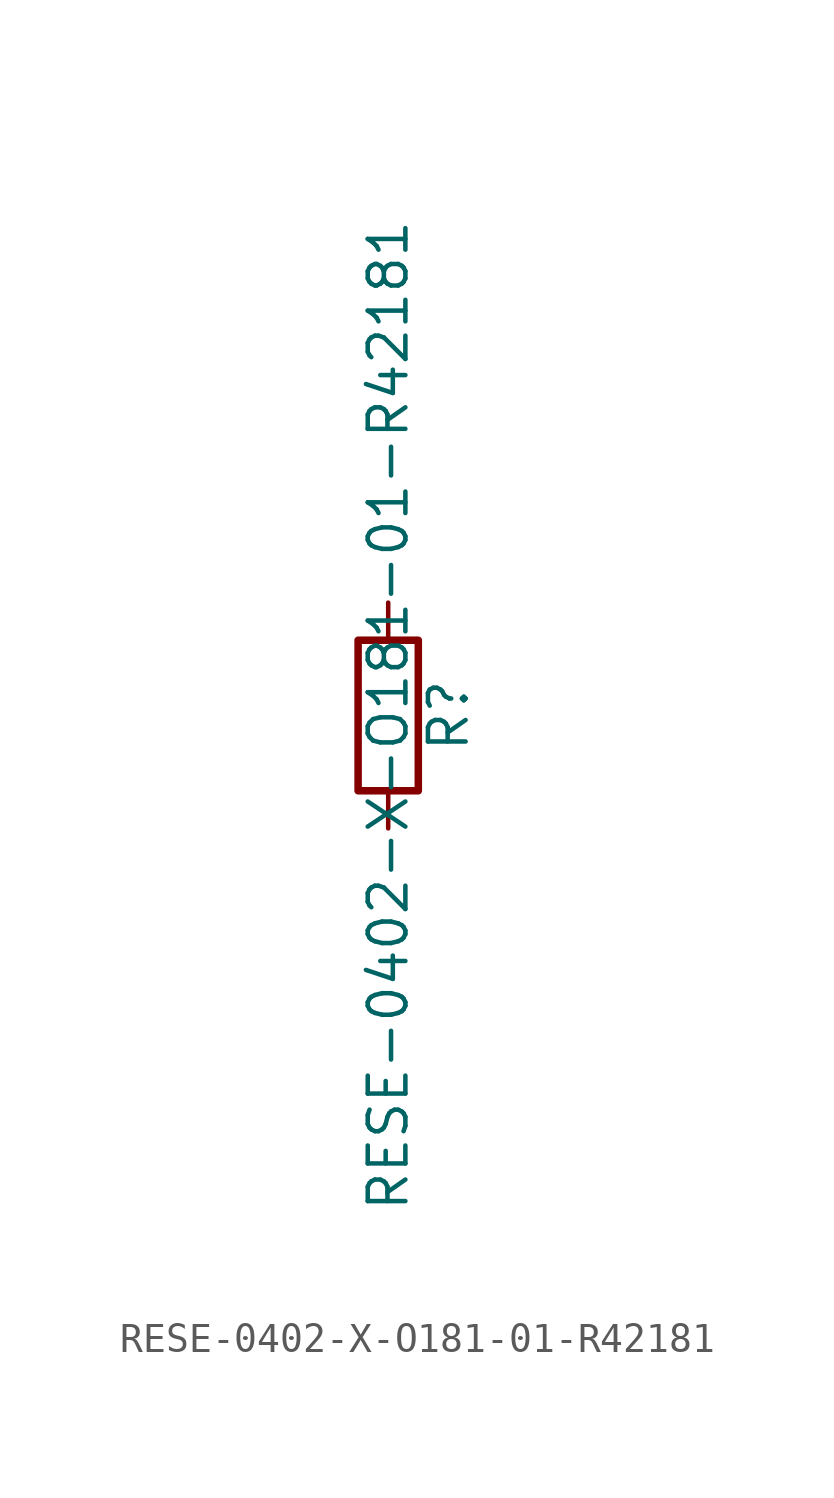
<source format=kicad_sym>
(kicad_symbol_lib
  (version 20211014)
  (generator kicad_symbol_editor)
  (symbol "RESE-0402-X-O181-01-R42181"
    (pin_numbers hide)
    (pin_names
      (offset 0))
    (property "Reference" "R"
      (at 2.032 0 90)
      (effects (font (size 1.27 1.27))))
    (property "Value" "RESE-0402-X-O181-01-R42181"
      (at 0 0 90)
      (effects (font (size 1.27 1.27))))
    (symbol "RESE-0402-X-O181-01-R42181_0_1"
      (rectangle (start -1.016 -2.54) (end 1.016 2.54) (stroke (width 0.254) (type default) (color 0 0 0 0)) (fill (type none))))
    (symbol "RESE-0402-X-O181-01-R42181_1_1"
      (pin passive line (at 0 3.81 270) (length 1.27) (name "~" (effects (font (size 1.27 1.27)))) (number "1" (effects (font (size 1.27 1.27)))))
      (pin passive line (at 0 -3.81 90) (length 1.27) (name "~" (effects (font (size 1.27 1.27)))) (number "2" (effects (font (size 1.27 1.27))))))))
</source>
